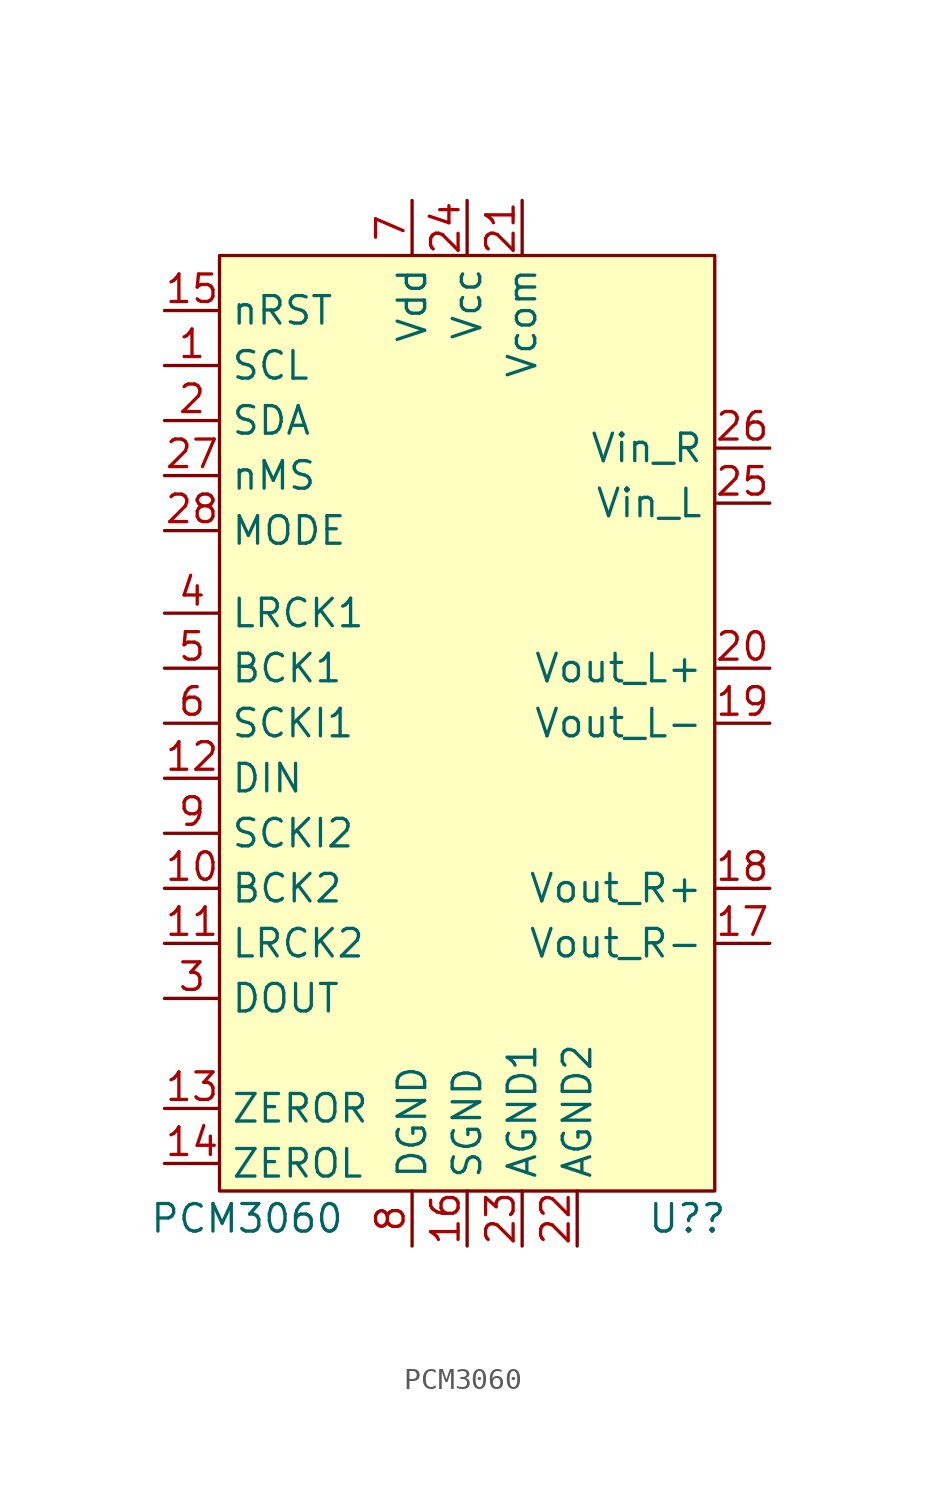
<source format=kicad_sym>
(kicad_symbol_lib
  (version 20220914)
  (generator kicad_symbol_editor)
  (symbol "PCM3060"
    (property "Reference" "U?"
      (at 10.16 -22.86 0)
      (effects (font (size 1.27 1.27))))
    (property "Value" "PCM3060"
      (at -10.16 -22.86 0)
      (effects (font (size 1.27 1.27))))
    (symbol "PCM3060_0_1"
      (rectangle (start -11.43 21.59) (end 11.43 -21.59) (stroke (width 0) (type default)) (fill (type background))))
    (symbol "PCM3060_1_1"
      (pin input line (at -13.97 16.51 0) (length 2.54) (name "SCL" (effects (font (size 1.27 1.27)))) (number "1" (effects (font (size 1.27 1.27)))))
      (pin bidirectional line (at -13.97 -7.62 0) (length 2.54) (name "BCK2" (effects (font (size 1.27 1.27)))) (number "10" (effects (font (size 1.27 1.27)))))
      (pin bidirectional line (at -13.97 -10.16 0) (length 2.54) (name "LRCK2" (effects (font (size 1.27 1.27)))) (number "11" (effects (font (size 1.27 1.27)))))
      (pin input line (at -13.97 -2.54 0) (length 2.54) (name "DIN" (effects (font (size 1.27 1.27)))) (number "12" (effects (font (size 1.27 1.27)))))
      (pin output line (at -13.97 -17.78 0) (length 2.54) (name "ZEROR" (effects (font (size 1.27 1.27)))) (number "13" (effects (font (size 1.27 1.27)))))
      (pin output line (at -13.97 -20.32 0) (length 2.54) (name "ZEROL" (effects (font (size 1.27 1.27)))) (number "14" (effects (font (size 1.27 1.27)))))
      (pin input line (at -13.97 19.05 0) (length 2.54) (name "nRST" (effects (font (size 1.27 1.27)))) (number "15" (effects (font (size 1.27 1.27)))))
      (pin power_in line (at 0 -24.13 90) (length 2.54) (name "SGND" (effects (font (size 1.27 1.27)))) (number "16" (effects (font (size 1.27 1.27)))))
      (pin output line (at 13.97 -10.16 180) (length 2.54) (name "Vout_R-" (effects (font (size 1.27 1.27)))) (number "17" (effects (font (size 1.27 1.27)))))
      (pin output line (at 13.97 -7.62 180) (length 2.54) (name "Vout_R+" (effects (font (size 1.27 1.27)))) (number "18" (effects (font (size 1.27 1.27)))))
      (pin output line (at 13.97 0 180) (length 2.54) (name "Vout_L-" (effects (font (size 1.27 1.27)))) (number "19" (effects (font (size 1.27 1.27)))))
      (pin bidirectional line (at -13.97 13.97 0) (length 2.54) (name "SDA" (effects (font (size 1.27 1.27)))) (number "2" (effects (font (size 1.27 1.27)))))
      (pin output line (at 13.97 2.54 180) (length 2.54) (name "Vout_L+" (effects (font (size 1.27 1.27)))) (number "20" (effects (font (size 1.27 1.27)))))
      (pin input line (at 2.54 24.13 270) (length 2.54) (name "Vcom" (effects (font (size 1.27 1.27)))) (number "21" (effects (font (size 1.27 1.27)))))
      (pin input line (at 5.08 -24.13 90) (length 2.54) (name "AGND2" (effects (font (size 1.27 1.27)))) (number "22" (effects (font (size 1.27 1.27)))))
      (pin input line (at 2.54 -24.13 90) (length 2.54) (name "AGND1" (effects (font (size 1.27 1.27)))) (number "23" (effects (font (size 1.27 1.27)))))
      (pin power_in line (at 0 24.13 270) (length 2.54) (name "Vcc" (effects (font (size 1.27 1.27)))) (number "24" (effects (font (size 1.27 1.27)))))
      (pin input line (at 13.97 10.16 180) (length 2.54) (name "Vin_L" (effects (font (size 1.27 1.27)))) (number "25" (effects (font (size 1.27 1.27)))))
      (pin input line (at 13.97 12.7 180) (length 2.54) (name "Vin_R" (effects (font (size 1.27 1.27)))) (number "26" (effects (font (size 1.27 1.27)))))
      (pin input line (at -13.97 11.43 0) (length 2.54) (name "nMS" (effects (font (size 1.27 1.27)))) (number "27" (effects (font (size 1.27 1.27)))))
      (pin input line (at -13.97 8.89 0) (length 2.54) (name "MODE" (effects (font (size 1.27 1.27)))) (number "28" (effects (font (size 1.27 1.27)))))
      (pin output line (at -13.97 -12.7 0) (length 2.54) (name "DOUT" (effects (font (size 1.27 1.27)))) (number "3" (effects (font (size 1.27 1.27)))))
      (pin bidirectional line (at -13.97 5.08 0) (length 2.54) (name "LRCK1" (effects (font (size 1.27 1.27)))) (number "4" (effects (font (size 1.27 1.27)))))
      (pin bidirectional line (at -13.97 2.54 0) (length 2.54) (name "BCK1" (effects (font (size 1.27 1.27)))) (number "5" (effects (font (size 1.27 1.27)))))
      (pin input line (at -13.97 0 0) (length 2.54) (name "SCKI1" (effects (font (size 1.27 1.27)))) (number "6" (effects (font (size 1.27 1.27)))))
      (pin power_in line (at -2.54 24.13 270) (length 2.54) (name "Vdd" (effects (font (size 1.27 1.27)))) (number "7" (effects (font (size 1.27 1.27)))))
      (pin power_in line (at -2.54 -24.13 90) (length 2.54) (name "DGND" (effects (font (size 1.27 1.27)))) (number "8" (effects (font (size 1.27 1.27)))))
      (pin input line (at -13.97 -5.08 0) (length 2.54) (name "SCKI2" (effects (font (size 1.27 1.27)))) (number "9" (effects (font (size 1.27 1.27))))))))
</source>
